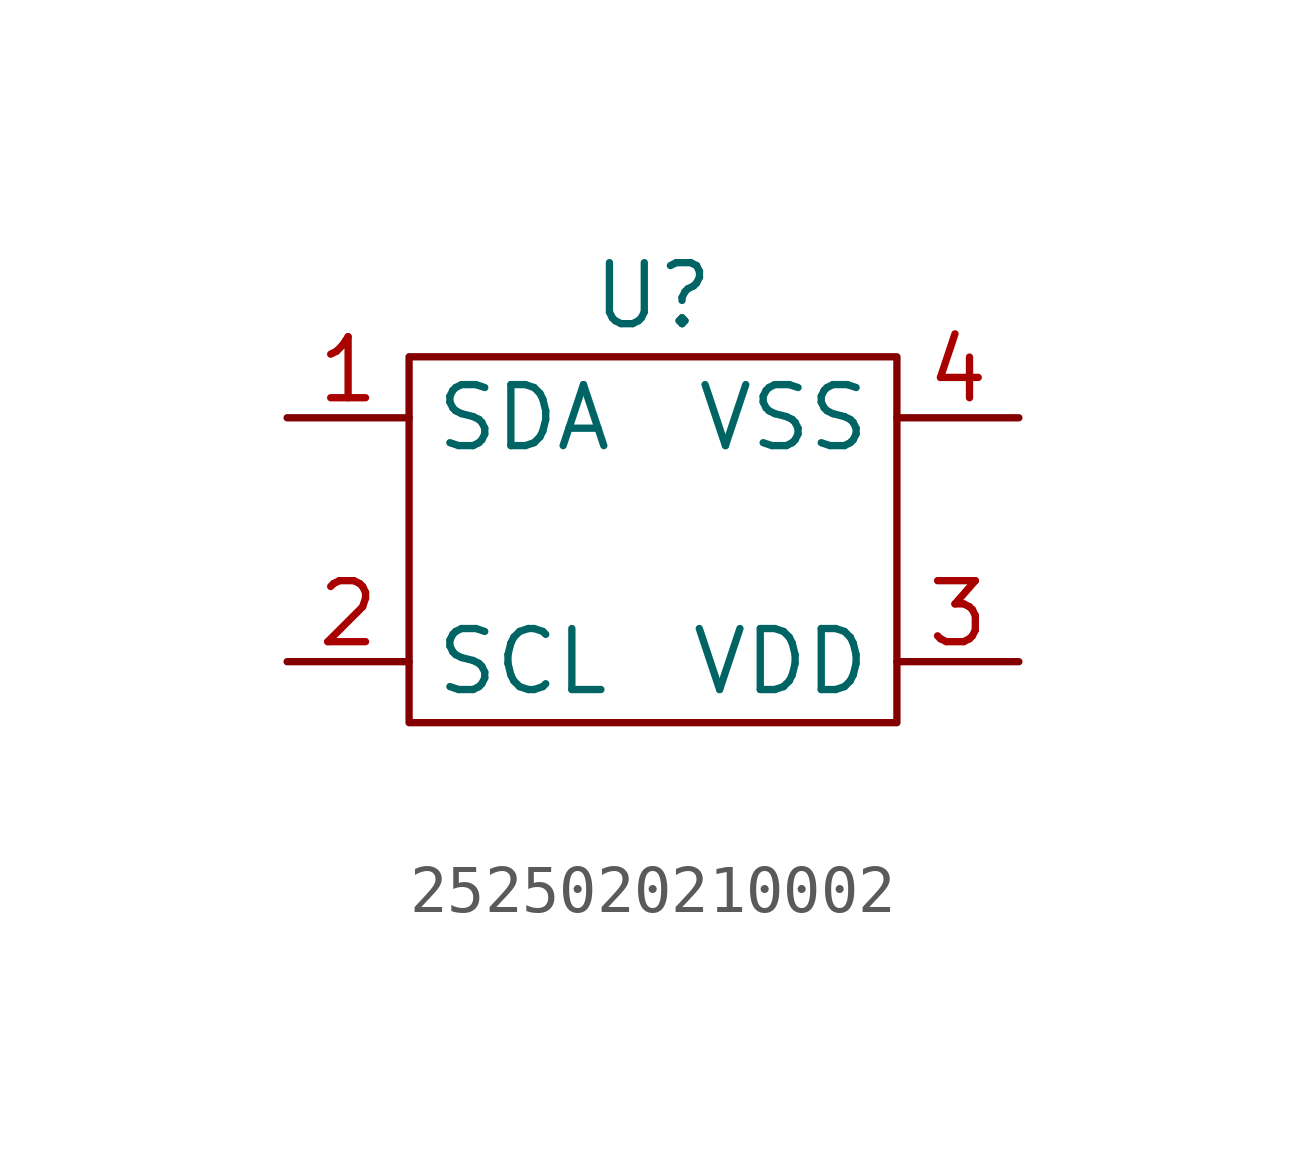
<source format=kicad_sym>
(kicad_symbol_lib
  (version 20220914)
  (generator kicad_symbol_editor)
  (symbol "2525020210002"
    (property "Reference" "U"
      (at 0 5.08 0)
      (effects (font (size 1.27 1.27))))
    (property "Critical Parameter" ""
      (at 0 -5.08 0)
      (effects (font (size 1.27 1.27)) (justify left)))
    (symbol "2525020210002_0_1"
      (rectangle (start -5.08 3.81) (end 5.08 -3.81) (stroke (width 0) (type default)) (fill (type none))))
    (symbol "2525020210002_1_1"
      (pin bidirectional line (at -7.62 2.54 0) (length 2.54) (name "SDA" (effects (font (size 1.27 1.27)))) (number "1" (effects (font (size 1.27 1.27)))))
      (pin input line (at -7.62 -2.54 0) (length 2.54) (name "SCL" (effects (font (size 1.27 1.27)))) (number "2" (effects (font (size 1.27 1.27)))))
      (pin power_in line (at 7.62 -2.54 180) (length 2.54) (name "VDD" (effects (font (size 1.27 1.27)))) (number "3" (effects (font (size 1.27 1.27)))))
      (pin power_in line (at 7.62 2.54 180) (length 2.54) (name "VSS" (effects (font (size 1.27 1.27)))) (number "4" (effects (font (size 1.27 1.27))))))))
</source>
